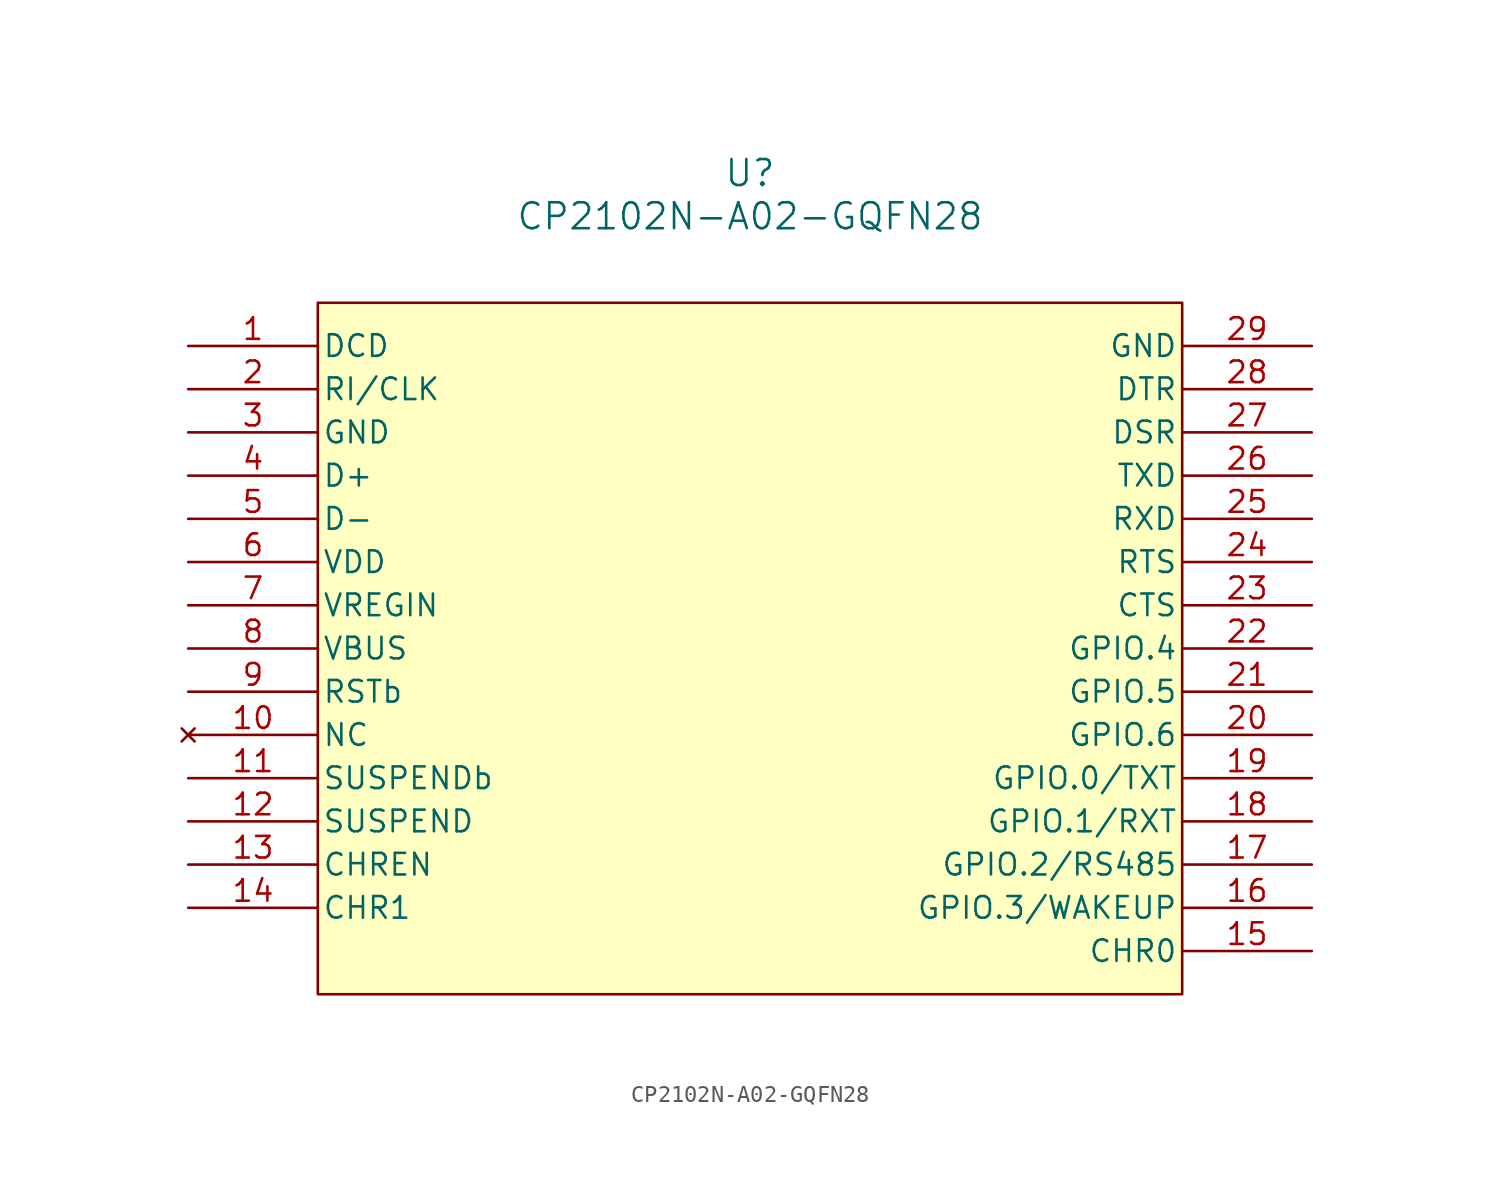
<source format=kicad_sym>
(kicad_symbol_lib
  (version 20231120)
  (generator "kicad_symbol_editor")
  (generator_version "8.0")
  (symbol "CP2102N-A02-GQFN28"
    (pin_names
      (offset 0.254))
    (property "Reference" "U"
      (at 33.02 10.16 0)
      (effects (font (size 1.524 1.524))))
    (property "Value" "CP2102N-A02-GQFN28"
      (at 33.02 7.62 0)
      (effects (font (size 1.524 1.524))))
    (property "ki_locked" ""
      (at 0 0 0)
      (effects (font (size 1.27 1.27))))
    (symbol "CP2102N-A02-GQFN28_0_1"
      (rectangle (start 7.62 2.54) (end 58.42 -38.1) (stroke (width 0) (type default)) (fill (type background)))
      (pin input line (at 0 0 0) (length 7.62) (name "DCD" (effects (font (size 1.27 1.27)))) (number "1" (effects (font (size 1.27 1.27)))))
      (pin no_connect line (at 0 -22.86 0) (length 7.62) (name "NC" (effects (font (size 1.27 1.27)))) (number "10" (effects (font (size 1.27 1.27)))))
      (pin output line (at 0 -25.4 0) (length 7.62) (name "SUSPENDb" (effects (font (size 1.27 1.27)))) (number "11" (effects (font (size 1.27 1.27)))))
      (pin output line (at 0 -27.94 0) (length 7.62) (name "SUSPEND" (effects (font (size 1.27 1.27)))) (number "12" (effects (font (size 1.27 1.27)))))
      (pin output line (at 0 -30.48 0) (length 7.62) (name "CHREN" (effects (font (size 1.27 1.27)))) (number "13" (effects (font (size 1.27 1.27)))))
      (pin output line (at 0 -33.02 0) (length 7.62) (name "CHR1" (effects (font (size 1.27 1.27)))) (number "14" (effects (font (size 1.27 1.27)))))
      (pin output line (at 66.04 -35.56 180) (length 7.62) (name "CHR0" (effects (font (size 1.27 1.27)))) (number "15" (effects (font (size 1.27 1.27)))))
      (pin bidirectional line (at 66.04 -33.02 180) (length 7.62) (name "GPIO.3/WAKEUP" (effects (font (size 1.27 1.27)))) (number "16" (effects (font (size 1.27 1.27)))))
      (pin bidirectional line (at 66.04 -30.48 180) (length 7.62) (name "GPIO.2/RS485" (effects (font (size 1.27 1.27)))) (number "17" (effects (font (size 1.27 1.27)))))
      (pin bidirectional line (at 66.04 -27.94 180) (length 7.62) (name "GPIO.1/RXT" (effects (font (size 1.27 1.27)))) (number "18" (effects (font (size 1.27 1.27)))))
      (pin bidirectional line (at 66.04 -25.4 180) (length 7.62) (name "GPIO.0/TXT" (effects (font (size 1.27 1.27)))) (number "19" (effects (font (size 1.27 1.27)))))
      (pin bidirectional line (at 0 -2.54 0) (length 7.62) (name "RI/CLK" (effects (font (size 1.27 1.27)))) (number "2" (effects (font (size 1.27 1.27)))))
      (pin bidirectional line (at 66.04 -22.86 180) (length 7.62) (name "GPIO.6" (effects (font (size 1.27 1.27)))) (number "20" (effects (font (size 1.27 1.27)))))
      (pin bidirectional line (at 66.04 -20.32 180) (length 7.62) (name "GPIO.5" (effects (font (size 1.27 1.27)))) (number "21" (effects (font (size 1.27 1.27)))))
      (pin bidirectional line (at 66.04 -17.78 180) (length 7.62) (name "GPIO.4" (effects (font (size 1.27 1.27)))) (number "22" (effects (font (size 1.27 1.27)))))
      (pin input line (at 66.04 -15.24 180) (length 7.62) (name "CTS" (effects (font (size 1.27 1.27)))) (number "23" (effects (font (size 1.27 1.27)))))
      (pin output line (at 66.04 -12.7 180) (length 7.62) (name "RTS" (effects (font (size 1.27 1.27)))) (number "24" (effects (font (size 1.27 1.27)))))
      (pin input line (at 66.04 -10.16 180) (length 7.62) (name "RXD" (effects (font (size 1.27 1.27)))) (number "25" (effects (font (size 1.27 1.27)))))
      (pin output line (at 66.04 -7.62 180) (length 7.62) (name "TXD" (effects (font (size 1.27 1.27)))) (number "26" (effects (font (size 1.27 1.27)))))
      (pin input line (at 66.04 -5.08 180) (length 7.62) (name "DSR" (effects (font (size 1.27 1.27)))) (number "27" (effects (font (size 1.27 1.27)))))
      (pin output line (at 66.04 -2.54 180) (length 7.62) (name "DTR" (effects (font (size 1.27 1.27)))) (number "28" (effects (font (size 1.27 1.27)))))
      (pin power_out line (at 0 -5.08 0) (length 7.62) (name "GND" (effects (font (size 1.27 1.27)))) (number "3" (effects (font (size 1.27 1.27)))))
      (pin input line (at 0 -7.62 0) (length 7.62) (name "D+" (effects (font (size 1.27 1.27)))) (number "4" (effects (font (size 1.27 1.27)))))
      (pin input line (at 0 -10.16 0) (length 7.62) (name "D-" (effects (font (size 1.27 1.27)))) (number "5" (effects (font (size 1.27 1.27)))))
      (pin power_in line (at 0 -12.7 0) (length 7.62) (name "VDD" (effects (font (size 1.27 1.27)))) (number "6" (effects (font (size 1.27 1.27)))))
      (pin power_in line (at 0 -15.24 0) (length 7.62) (name "VREGIN" (effects (font (size 1.27 1.27)))) (number "7" (effects (font (size 1.27 1.27)))))
      (pin input line (at 0 -17.78 0) (length 7.62) (name "VBUS" (effects (font (size 1.27 1.27)))) (number "8" (effects (font (size 1.27 1.27)))))
      (pin unspecified line (at 0 -20.32 0) (length 7.62) (name "RSTb" (effects (font (size 1.27 1.27)))) (number "9" (effects (font (size 1.27 1.27))))))
    (symbol "CP2102N-A02-GQFN28_1_1"
      (pin power_in line (at 66.04 0 180) (length 7.62) (name "GND" (effects (font (size 1.27 1.27)))) (number "29" (effects (font (size 1.27 1.27))))))))
</source>
